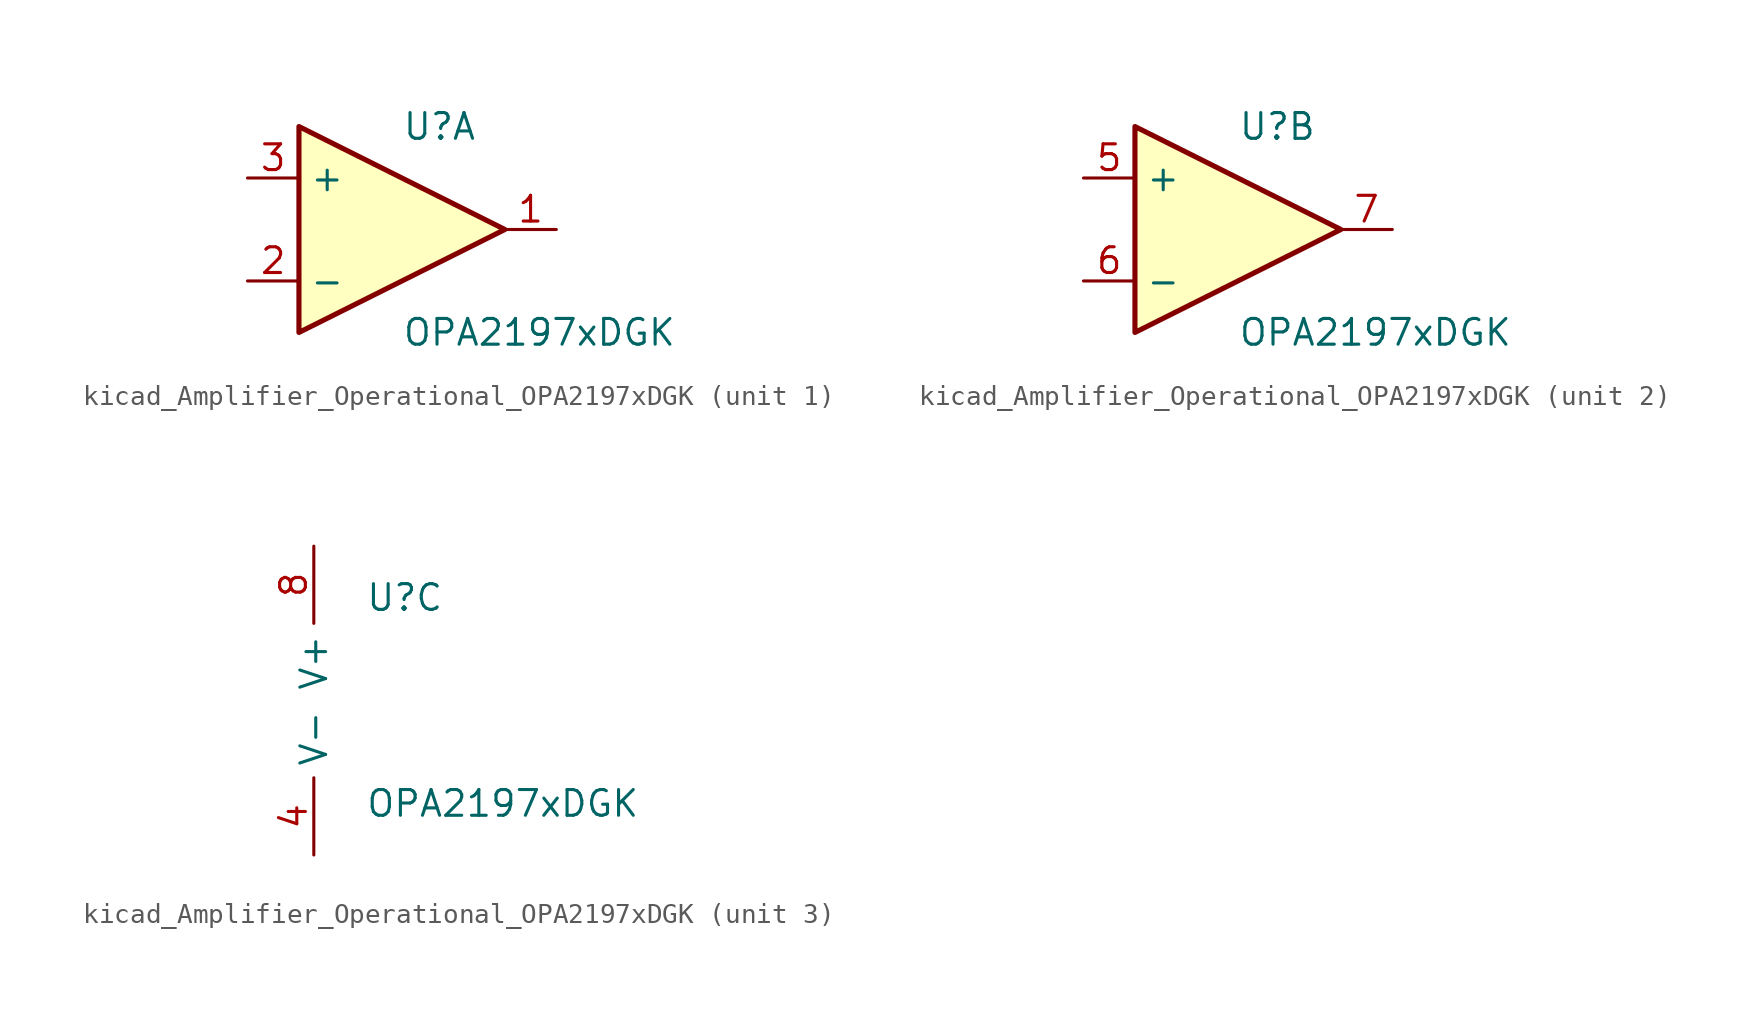
<source format=kicad_sym>
(kicad_symbol_lib
  (version 20220914)
  (generator kicad_symbol_editor)
  (symbol "kicad_Amplifier_Operational_OPA2197xDGK"
    (property "Reference" "U"
      (at 0 5.08 0)
      (effects (font (size 1.27 1.27)) (justify left)))
    (property "Value" "OPA2197xDGK"
      (at 0 -5.08 0)
      (effects (font (size 1.27 1.27)) (justify left)))
    (property "ki_locked" ""
      (at 0 0 0)
      (effects (font (size 1.27 1.27))))
    (symbol "kicad_Amplifier_Operational_OPA2197xDGK_1_1"
      (polyline (pts (xy -5.08 5.08) (xy 5.08 0) (xy -5.08 -5.08) (xy -5.08 5.08)) (stroke (width 0.254) (type default)) (fill (type background)))
      (pin output line (at 7.62 0 180) (length 2.54) (name "~" (effects (font (size 1.27 1.27)))) (number "1" (effects (font (size 1.27 1.27)))))
      (pin input line (at -7.62 -2.54 0) (length 2.54) (name "-" (effects (font (size 1.27 1.27)))) (number "2" (effects (font (size 1.27 1.27)))))
      (pin input line (at -7.62 2.54 0) (length 2.54) (name "+" (effects (font (size 1.27 1.27)))) (number "3" (effects (font (size 1.27 1.27))))))
    (symbol "kicad_Amplifier_Operational_OPA2197xDGK_2_1"
      (polyline (pts (xy -5.08 5.08) (xy 5.08 0) (xy -5.08 -5.08) (xy -5.08 5.08)) (stroke (width 0.254) (type default)) (fill (type background)))
      (pin input line (at -7.62 2.54 0) (length 2.54) (name "+" (effects (font (size 1.27 1.27)))) (number "5" (effects (font (size 1.27 1.27)))))
      (pin input line (at -7.62 -2.54 0) (length 2.54) (name "-" (effects (font (size 1.27 1.27)))) (number "6" (effects (font (size 1.27 1.27)))))
      (pin output line (at 7.62 0 180) (length 2.54) (name "~" (effects (font (size 1.27 1.27)))) (number "7" (effects (font (size 1.27 1.27))))))
    (symbol "kicad_Amplifier_Operational_OPA2197xDGK_3_1"
      (pin power_in line (at -2.54 -7.62 90) (length 3.81) (name "V-" (effects (font (size 1.27 1.27)))) (number "4" (effects (font (size 1.27 1.27)))))
      (pin power_in line (at -2.54 7.62 270) (length 3.81) (name "V+" (effects (font (size 1.27 1.27)))) (number "8" (effects (font (size 1.27 1.27))))))))
</source>
